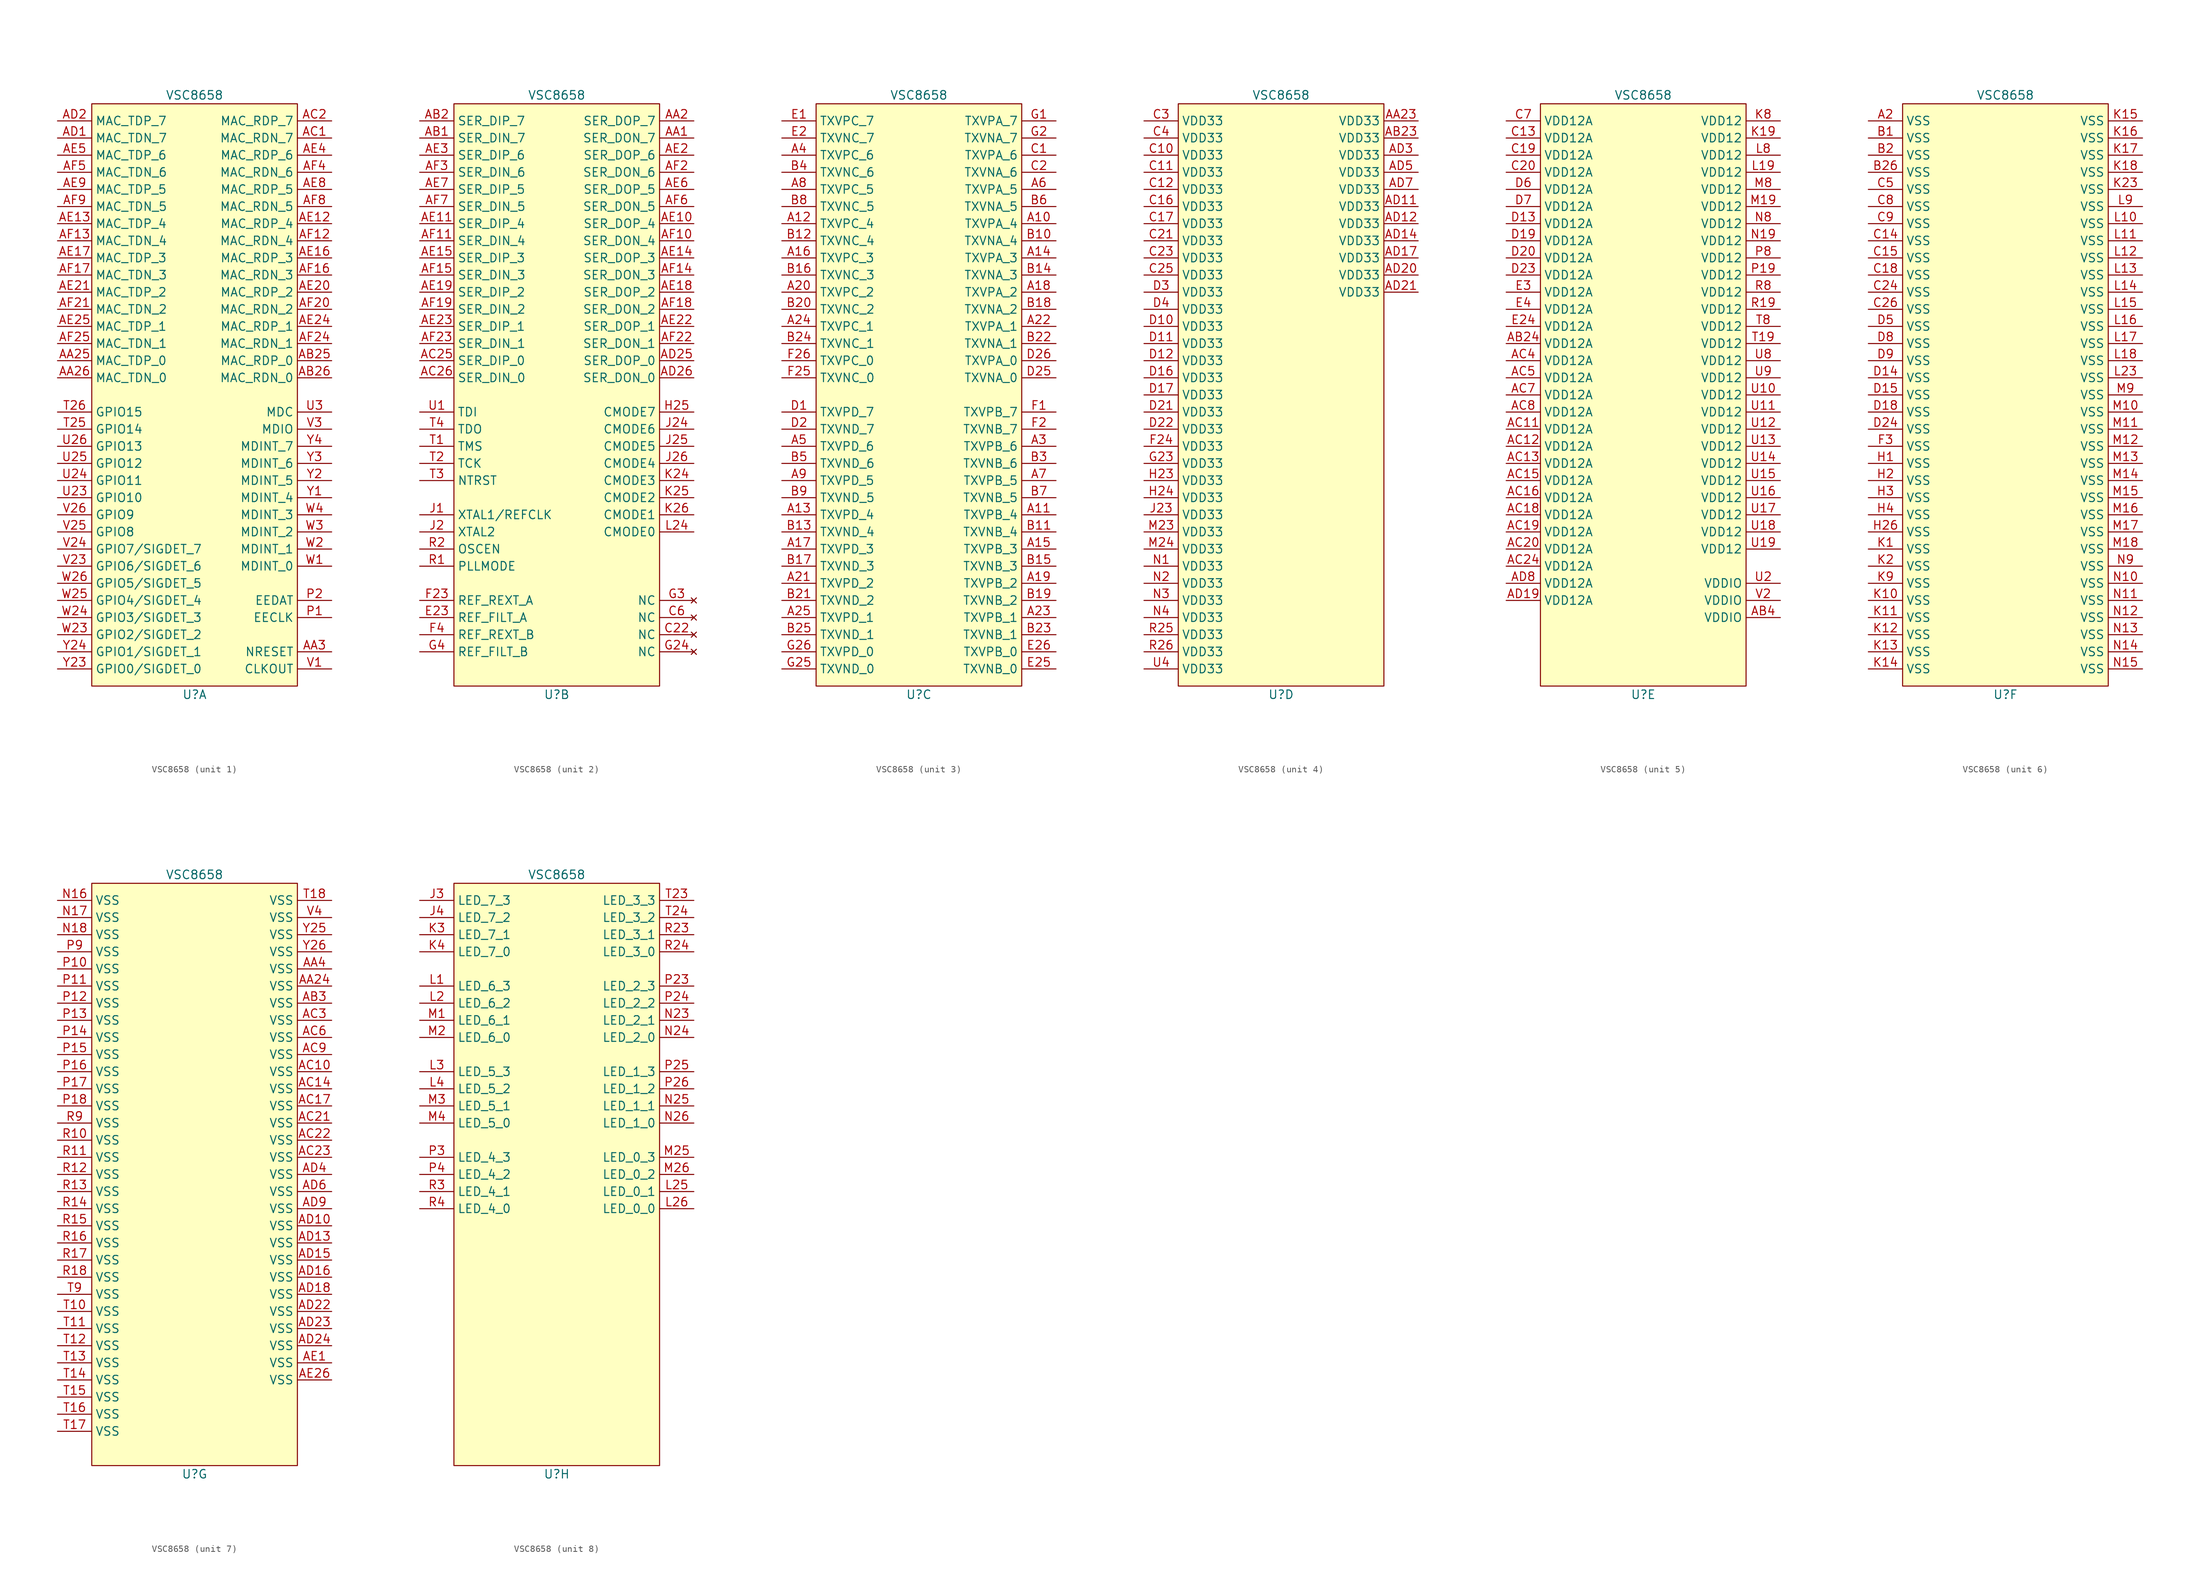
<source format=kicad_sym>
(kicad_symbol_lib
  (version 20200126)
  (host kicad_symbol_editor "5.99.0-unknown-1973153~101~ubuntu20.04.1")
  (symbol "L1Switch:VSC8658"
    (property "Reference" "U"
      (at 15.24 0 0)
      (effects (font (size 1.27 1.27))))
    (property "Value" "VSC8658"
      (at 15.24 88.9 0)
      (effects (font (size 1.27 1.27))))
    (property "ki_locked" ""
      (at 0 0 0)
      (effects (font (size 1.27 1.27))))
    (symbol "VSC8658_0_1"
      (rectangle (start 0 87.63) (end 30.48 1.27) (stroke (width 0)) (fill (type background))))
    (symbol "VSC8658_1_1"
      (pin input line (at -5.08 49.53 0) (length 5.08) (name "MAC_TDP_0" (effects (font (size 1.27 1.27)))) (number "AA25" (effects (font (size 1.27 1.27)))))
      (pin input line (at -5.08 46.99 0) (length 5.08) (name "MAC_TDN_0" (effects (font (size 1.27 1.27)))) (number "AA26" (effects (font (size 1.27 1.27)))))
      (pin input line (at 35.56 6.35 180) (length 5.08) (name "NRESET" (effects (font (size 1.27 1.27)))) (number "AA3" (effects (font (size 1.27 1.27)))))
      (pin output line (at 35.56 49.53 180) (length 5.08) (name "MAC_RDP_0" (effects (font (size 1.27 1.27)))) (number "AB25" (effects (font (size 1.27 1.27)))))
      (pin output line (at 35.56 46.99 180) (length 5.08) (name "MAC_RDN_0" (effects (font (size 1.27 1.27)))) (number "AB26" (effects (font (size 1.27 1.27)))))
      (pin output line (at 35.56 82.55 180) (length 5.08) (name "MAC_RDN_7" (effects (font (size 1.27 1.27)))) (number "AC1" (effects (font (size 1.27 1.27)))))
      (pin output line (at 35.56 85.09 180) (length 5.08) (name "MAC_RDP_7" (effects (font (size 1.27 1.27)))) (number "AC2" (effects (font (size 1.27 1.27)))))
      (pin input line (at -5.08 82.55 0) (length 5.08) (name "MAC_TDN_7" (effects (font (size 1.27 1.27)))) (number "AD1" (effects (font (size 1.27 1.27)))))
      (pin input line (at -5.08 85.09 0) (length 5.08) (name "MAC_TDP_7" (effects (font (size 1.27 1.27)))) (number "AD2" (effects (font (size 1.27 1.27)))))
      (pin output line (at 35.56 69.85 180) (length 5.08) (name "MAC_RDP_4" (effects (font (size 1.27 1.27)))) (number "AE12" (effects (font (size 1.27 1.27)))))
      (pin input line (at -5.08 69.85 0) (length 5.08) (name "MAC_TDP_4" (effects (font (size 1.27 1.27)))) (number "AE13" (effects (font (size 1.27 1.27)))))
      (pin output line (at 35.56 64.77 180) (length 5.08) (name "MAC_RDP_3" (effects (font (size 1.27 1.27)))) (number "AE16" (effects (font (size 1.27 1.27)))))
      (pin input line (at -5.08 64.77 0) (length 5.08) (name "MAC_TDP_3" (effects (font (size 1.27 1.27)))) (number "AE17" (effects (font (size 1.27 1.27)))))
      (pin output line (at 35.56 59.69 180) (length 5.08) (name "MAC_RDP_2" (effects (font (size 1.27 1.27)))) (number "AE20" (effects (font (size 1.27 1.27)))))
      (pin input line (at -5.08 59.69 0) (length 5.08) (name "MAC_TDP_2" (effects (font (size 1.27 1.27)))) (number "AE21" (effects (font (size 1.27 1.27)))))
      (pin output line (at 35.56 54.61 180) (length 5.08) (name "MAC_RDP_1" (effects (font (size 1.27 1.27)))) (number "AE24" (effects (font (size 1.27 1.27)))))
      (pin input line (at -5.08 54.61 0) (length 5.08) (name "MAC_TDP_1" (effects (font (size 1.27 1.27)))) (number "AE25" (effects (font (size 1.27 1.27)))))
      (pin output line (at 35.56 80.01 180) (length 5.08) (name "MAC_RDP_6" (effects (font (size 1.27 1.27)))) (number "AE4" (effects (font (size 1.27 1.27)))))
      (pin input line (at -5.08 80.01 0) (length 5.08) (name "MAC_TDP_6" (effects (font (size 1.27 1.27)))) (number "AE5" (effects (font (size 1.27 1.27)))))
      (pin output line (at 35.56 74.93 180) (length 5.08) (name "MAC_RDP_5" (effects (font (size 1.27 1.27)))) (number "AE8" (effects (font (size 1.27 1.27)))))
      (pin input line (at -5.08 74.93 0) (length 5.08) (name "MAC_TDP_5" (effects (font (size 1.27 1.27)))) (number "AE9" (effects (font (size 1.27 1.27)))))
      (pin output line (at 35.56 67.31 180) (length 5.08) (name "MAC_RDN_4" (effects (font (size 1.27 1.27)))) (number "AF12" (effects (font (size 1.27 1.27)))))
      (pin input line (at -5.08 67.31 0) (length 5.08) (name "MAC_TDN_4" (effects (font (size 1.27 1.27)))) (number "AF13" (effects (font (size 1.27 1.27)))))
      (pin output line (at 35.56 62.23 180) (length 5.08) (name "MAC_RDN_3" (effects (font (size 1.27 1.27)))) (number "AF16" (effects (font (size 1.27 1.27)))))
      (pin input line (at -5.08 62.23 0) (length 5.08) (name "MAC_TDN_3" (effects (font (size 1.27 1.27)))) (number "AF17" (effects (font (size 1.27 1.27)))))
      (pin output line (at 35.56 57.15 180) (length 5.08) (name "MAC_RDN_2" (effects (font (size 1.27 1.27)))) (number "AF20" (effects (font (size 1.27 1.27)))))
      (pin input line (at -5.08 57.15 0) (length 5.08) (name "MAC_TDN_2" (effects (font (size 1.27 1.27)))) (number "AF21" (effects (font (size 1.27 1.27)))))
      (pin output line (at 35.56 52.07 180) (length 5.08) (name "MAC_RDN_1" (effects (font (size 1.27 1.27)))) (number "AF24" (effects (font (size 1.27 1.27)))))
      (pin input line (at -5.08 52.07 0) (length 5.08) (name "MAC_TDN_1" (effects (font (size 1.27 1.27)))) (number "AF25" (effects (font (size 1.27 1.27)))))
      (pin output line (at 35.56 77.47 180) (length 5.08) (name "MAC_RDN_6" (effects (font (size 1.27 1.27)))) (number "AF4" (effects (font (size 1.27 1.27)))))
      (pin input line (at -5.08 77.47 0) (length 5.08) (name "MAC_TDN_6" (effects (font (size 1.27 1.27)))) (number "AF5" (effects (font (size 1.27 1.27)))))
      (pin output line (at 35.56 72.39 180) (length 5.08) (name "MAC_RDN_5" (effects (font (size 1.27 1.27)))) (number "AF8" (effects (font (size 1.27 1.27)))))
      (pin input line (at -5.08 72.39 0) (length 5.08) (name "MAC_TDN_5" (effects (font (size 1.27 1.27)))) (number "AF9" (effects (font (size 1.27 1.27)))))
      (pin output line (at 35.56 11.43 180) (length 5.08) (name "EECLK" (effects (font (size 1.27 1.27)))) (number "P1" (effects (font (size 1.27 1.27)))))
      (pin bidirectional line (at 35.56 13.97 180) (length 5.08) (name "EEDAT" (effects (font (size 1.27 1.27)))) (number "P2" (effects (font (size 1.27 1.27)))))
      (pin bidirectional line (at -5.08 39.37 0) (length 5.08) (name "GPIO14" (effects (font (size 1.27 1.27)))) (number "T25" (effects (font (size 1.27 1.27)))))
      (pin bidirectional line (at -5.08 41.91 0) (length 5.08) (name "GPIO15" (effects (font (size 1.27 1.27)))) (number "T26" (effects (font (size 1.27 1.27)))))
      (pin bidirectional line (at -5.08 29.21 0) (length 5.08) (name "GPIO10" (effects (font (size 1.27 1.27)))) (number "U23" (effects (font (size 1.27 1.27)))))
      (pin bidirectional line (at -5.08 31.75 0) (length 5.08) (name "GPIO11" (effects (font (size 1.27 1.27)))) (number "U24" (effects (font (size 1.27 1.27)))))
      (pin bidirectional line (at -5.08 34.29 0) (length 5.08) (name "GPIO12" (effects (font (size 1.27 1.27)))) (number "U25" (effects (font (size 1.27 1.27)))))
      (pin bidirectional line (at -5.08 36.83 0) (length 5.08) (name "GPIO13" (effects (font (size 1.27 1.27)))) (number "U26" (effects (font (size 1.27 1.27)))))
      (pin input line (at 35.56 41.91 180) (length 5.08) (name "MDC" (effects (font (size 1.27 1.27)))) (number "U3" (effects (font (size 1.27 1.27)))))
      (pin output line (at 35.56 3.81 180) (length 5.08) (name "CLKOUT" (effects (font (size 1.27 1.27)))) (number "V1" (effects (font (size 1.27 1.27)))))
      (pin bidirectional line (at -5.08 19.05 0) (length 5.08) (name "GPIO6/SIGDET_6" (effects (font (size 1.27 1.27)))) (number "V23" (effects (font (size 1.27 1.27)))))
      (pin bidirectional line (at -5.08 21.59 0) (length 5.08) (name "GPIO7/SIGDET_7" (effects (font (size 1.27 1.27)))) (number "V24" (effects (font (size 1.27 1.27)))))
      (pin bidirectional line (at -5.08 24.13 0) (length 5.08) (name "GPIO8" (effects (font (size 1.27 1.27)))) (number "V25" (effects (font (size 1.27 1.27)))))
      (pin bidirectional line (at -5.08 26.67 0) (length 5.08) (name "GPIO9" (effects (font (size 1.27 1.27)))) (number "V26" (effects (font (size 1.27 1.27)))))
      (pin bidirectional line (at 35.56 39.37 180) (length 5.08) (name "MDIO" (effects (font (size 1.27 1.27)))) (number "V3" (effects (font (size 1.27 1.27)))))
      (pin output line (at 35.56 19.05 180) (length 5.08) (name "MDINT_0" (effects (font (size 1.27 1.27)))) (number "W1" (effects (font (size 1.27 1.27)))))
      (pin output line (at 35.56 21.59 180) (length 5.08) (name "MDINT_1" (effects (font (size 1.27 1.27)))) (number "W2" (effects (font (size 1.27 1.27)))))
      (pin bidirectional line (at -5.08 8.89 0) (length 5.08) (name "GPIO2/SIGDET_2" (effects (font (size 1.27 1.27)))) (number "W23" (effects (font (size 1.27 1.27)))))
      (pin bidirectional line (at -5.08 11.43 0) (length 5.08) (name "GPIO3/SIGDET_3" (effects (font (size 1.27 1.27)))) (number "W24" (effects (font (size 1.27 1.27)))))
      (pin bidirectional line (at -5.08 13.97 0) (length 5.08) (name "GPIO4/SIGDET_4" (effects (font (size 1.27 1.27)))) (number "W25" (effects (font (size 1.27 1.27)))))
      (pin bidirectional line (at -5.08 16.51 0) (length 5.08) (name "GPIO5/SIGDET_5" (effects (font (size 1.27 1.27)))) (number "W26" (effects (font (size 1.27 1.27)))))
      (pin output line (at 35.56 24.13 180) (length 5.08) (name "MDINT_2" (effects (font (size 1.27 1.27)))) (number "W3" (effects (font (size 1.27 1.27)))))
      (pin output line (at 35.56 26.67 180) (length 5.08) (name "MDINT_3" (effects (font (size 1.27 1.27)))) (number "W4" (effects (font (size 1.27 1.27)))))
      (pin output line (at 35.56 29.21 180) (length 5.08) (name "MDINT_4" (effects (font (size 1.27 1.27)))) (number "Y1" (effects (font (size 1.27 1.27)))))
      (pin output line (at 35.56 31.75 180) (length 5.08) (name "MDINT_5" (effects (font (size 1.27 1.27)))) (number "Y2" (effects (font (size 1.27 1.27)))))
      (pin bidirectional line (at -5.08 3.81 0) (length 5.08) (name "GPIO0/SIGDET_0" (effects (font (size 1.27 1.27)))) (number "Y23" (effects (font (size 1.27 1.27)))))
      (pin bidirectional line (at -5.08 6.35 0) (length 5.08) (name "GPIO1/SIGDET_1" (effects (font (size 1.27 1.27)))) (number "Y24" (effects (font (size 1.27 1.27)))))
      (pin output line (at 35.56 34.29 180) (length 5.08) (name "MDINT_6" (effects (font (size 1.27 1.27)))) (number "Y3" (effects (font (size 1.27 1.27)))))
      (pin output line (at 35.56 36.83 180) (length 5.08) (name "MDINT_7" (effects (font (size 1.27 1.27)))) (number "Y4" (effects (font (size 1.27 1.27))))))
    (symbol "VSC8658_2_1"
      (pin output line (at 35.56 82.55 180) (length 5.08) (name "SER_DON_7" (effects (font (size 1.27 1.27)))) (number "AA1" (effects (font (size 1.27 1.27)))))
      (pin output line (at 35.56 85.09 180) (length 5.08) (name "SER_DOP_7" (effects (font (size 1.27 1.27)))) (number "AA2" (effects (font (size 1.27 1.27)))))
      (pin input line (at -5.08 82.55 0) (length 5.08) (name "SER_DIN_7" (effects (font (size 1.27 1.27)))) (number "AB1" (effects (font (size 1.27 1.27)))))
      (pin input line (at -5.08 85.09 0) (length 5.08) (name "SER_DIP_7" (effects (font (size 1.27 1.27)))) (number "AB2" (effects (font (size 1.27 1.27)))))
      (pin input line (at -5.08 49.53 0) (length 5.08) (name "SER_DIP_0" (effects (font (size 1.27 1.27)))) (number "AC25" (effects (font (size 1.27 1.27)))))
      (pin input line (at -5.08 46.99 0) (length 5.08) (name "SER_DIN_0" (effects (font (size 1.27 1.27)))) (number "AC26" (effects (font (size 1.27 1.27)))))
      (pin output line (at 35.56 49.53 180) (length 5.08) (name "SER_DOP_0" (effects (font (size 1.27 1.27)))) (number "AD25" (effects (font (size 1.27 1.27)))))
      (pin output line (at 35.56 46.99 180) (length 5.08) (name "SER_DON_0" (effects (font (size 1.27 1.27)))) (number "AD26" (effects (font (size 1.27 1.27)))))
      (pin output line (at 35.56 69.85 180) (length 5.08) (name "SER_DOP_4" (effects (font (size 1.27 1.27)))) (number "AE10" (effects (font (size 1.27 1.27)))))
      (pin input line (at -5.08 69.85 0) (length 5.08) (name "SER_DIP_4" (effects (font (size 1.27 1.27)))) (number "AE11" (effects (font (size 1.27 1.27)))))
      (pin output line (at 35.56 64.77 180) (length 5.08) (name "SER_DOP_3" (effects (font (size 1.27 1.27)))) (number "AE14" (effects (font (size 1.27 1.27)))))
      (pin input line (at -5.08 64.77 0) (length 5.08) (name "SER_DIP_3" (effects (font (size 1.27 1.27)))) (number "AE15" (effects (font (size 1.27 1.27)))))
      (pin output line (at 35.56 59.69 180) (length 5.08) (name "SER_DOP_2" (effects (font (size 1.27 1.27)))) (number "AE18" (effects (font (size 1.27 1.27)))))
      (pin input line (at -5.08 59.69 0) (length 5.08) (name "SER_DIP_2" (effects (font (size 1.27 1.27)))) (number "AE19" (effects (font (size 1.27 1.27)))))
      (pin output line (at 35.56 80.01 180) (length 5.08) (name "SER_DOP_6" (effects (font (size 1.27 1.27)))) (number "AE2" (effects (font (size 1.27 1.27)))))
      (pin output line (at 35.56 54.61 180) (length 5.08) (name "SER_DOP_1" (effects (font (size 1.27 1.27)))) (number "AE22" (effects (font (size 1.27 1.27)))))
      (pin input line (at -5.08 54.61 0) (length 5.08) (name "SER_DIP_1" (effects (font (size 1.27 1.27)))) (number "AE23" (effects (font (size 1.27 1.27)))))
      (pin input line (at -5.08 80.01 0) (length 5.08) (name "SER_DIP_6" (effects (font (size 1.27 1.27)))) (number "AE3" (effects (font (size 1.27 1.27)))))
      (pin output line (at 35.56 74.93 180) (length 5.08) (name "SER_DOP_5" (effects (font (size 1.27 1.27)))) (number "AE6" (effects (font (size 1.27 1.27)))))
      (pin input line (at -5.08 74.93 0) (length 5.08) (name "SER_DIP_5" (effects (font (size 1.27 1.27)))) (number "AE7" (effects (font (size 1.27 1.27)))))
      (pin output line (at 35.56 67.31 180) (length 5.08) (name "SER_DON_4" (effects (font (size 1.27 1.27)))) (number "AF10" (effects (font (size 1.27 1.27)))))
      (pin input line (at -5.08 67.31 0) (length 5.08) (name "SER_DIN_4" (effects (font (size 1.27 1.27)))) (number "AF11" (effects (font (size 1.27 1.27)))))
      (pin output line (at 35.56 62.23 180) (length 5.08) (name "SER_DON_3" (effects (font (size 1.27 1.27)))) (number "AF14" (effects (font (size 1.27 1.27)))))
      (pin input line (at -5.08 62.23 0) (length 5.08) (name "SER_DIN_3" (effects (font (size 1.27 1.27)))) (number "AF15" (effects (font (size 1.27 1.27)))))
      (pin output line (at 35.56 57.15 180) (length 5.08) (name "SER_DON_2" (effects (font (size 1.27 1.27)))) (number "AF18" (effects (font (size 1.27 1.27)))))
      (pin input line (at -5.08 57.15 0) (length 5.08) (name "SER_DIN_2" (effects (font (size 1.27 1.27)))) (number "AF19" (effects (font (size 1.27 1.27)))))
      (pin output line (at 35.56 77.47 180) (length 5.08) (name "SER_DON_6" (effects (font (size 1.27 1.27)))) (number "AF2" (effects (font (size 1.27 1.27)))))
      (pin output line (at 35.56 52.07 180) (length 5.08) (name "SER_DON_1" (effects (font (size 1.27 1.27)))) (number "AF22" (effects (font (size 1.27 1.27)))))
      (pin input line (at -5.08 52.07 0) (length 5.08) (name "SER_DIN_1" (effects (font (size 1.27 1.27)))) (number "AF23" (effects (font (size 1.27 1.27)))))
      (pin input line (at -5.08 77.47 0) (length 5.08) (name "SER_DIN_6" (effects (font (size 1.27 1.27)))) (number "AF3" (effects (font (size 1.27 1.27)))))
      (pin output line (at 35.56 72.39 180) (length 5.08) (name "SER_DON_5" (effects (font (size 1.27 1.27)))) (number "AF6" (effects (font (size 1.27 1.27)))))
      (pin input line (at -5.08 72.39 0) (length 5.08) (name "SER_DIN_5" (effects (font (size 1.27 1.27)))) (number "AF7" (effects (font (size 1.27 1.27)))))
      (pin unconnected line (at 35.56 8.89 180) (length 5.08) (name "NC" (effects (font (size 1.27 1.27)))) (number "C22" (effects (font (size 1.27 1.27)))))
      (pin unconnected line (at 35.56 11.43 180) (length 5.08) (name "NC" (effects (font (size 1.27 1.27)))) (number "C6" (effects (font (size 1.27 1.27)))))
      (pin unspecified line (at -5.08 11.43 0) (length 5.08) (name "REF_FILT_A" (effects (font (size 1.27 1.27)))) (number "E23" (effects (font (size 1.27 1.27)))))
      (pin unspecified line (at -5.08 13.97 0) (length 5.08) (name "REF_REXT_A" (effects (font (size 1.27 1.27)))) (number "F23" (effects (font (size 1.27 1.27)))))
      (pin unspecified line (at -5.08 8.89 0) (length 5.08) (name "REF_REXT_B" (effects (font (size 1.27 1.27)))) (number "F4" (effects (font (size 1.27 1.27)))))
      (pin unconnected line (at 35.56 6.35 180) (length 5.08) (name "NC" (effects (font (size 1.27 1.27)))) (number "G24" (effects (font (size 1.27 1.27)))))
      (pin unconnected line (at 35.56 13.97 180) (length 5.08) (name "NC" (effects (font (size 1.27 1.27)))) (number "G3" (effects (font (size 1.27 1.27)))))
      (pin unspecified line (at -5.08 6.35 0) (length 5.08) (name "REF_FILT_B" (effects (font (size 1.27 1.27)))) (number "G4" (effects (font (size 1.27 1.27)))))
      (pin input line (at 35.56 41.91 180) (length 5.08) (name "CMODE7" (effects (font (size 1.27 1.27)))) (number "H25" (effects (font (size 1.27 1.27)))))
      (pin input line (at -5.08 26.67 0) (length 5.08) (name "XTAL1/REFCLK" (effects (font (size 1.27 1.27)))) (number "J1" (effects (font (size 1.27 1.27)))))
      (pin output line (at -5.08 24.13 0) (length 5.08) (name "XTAL2" (effects (font (size 1.27 1.27)))) (number "J2" (effects (font (size 1.27 1.27)))))
      (pin input line (at 35.56 39.37 180) (length 5.08) (name "CMODE6" (effects (font (size 1.27 1.27)))) (number "J24" (effects (font (size 1.27 1.27)))))
      (pin input line (at 35.56 36.83 180) (length 5.08) (name "CMODE5" (effects (font (size 1.27 1.27)))) (number "J25" (effects (font (size 1.27 1.27)))))
      (pin input line (at 35.56 34.29 180) (length 5.08) (name "CMODE4" (effects (font (size 1.27 1.27)))) (number "J26" (effects (font (size 1.27 1.27)))))
      (pin input line (at 35.56 31.75 180) (length 5.08) (name "CMODE3" (effects (font (size 1.27 1.27)))) (number "K24" (effects (font (size 1.27 1.27)))))
      (pin input line (at 35.56 29.21 180) (length 5.08) (name "CMODE2" (effects (font (size 1.27 1.27)))) (number "K25" (effects (font (size 1.27 1.27)))))
      (pin input line (at 35.56 26.67 180) (length 5.08) (name "CMODE1" (effects (font (size 1.27 1.27)))) (number "K26" (effects (font (size 1.27 1.27)))))
      (pin input line (at 35.56 24.13 180) (length 5.08) (name "CMODE0" (effects (font (size 1.27 1.27)))) (number "L24" (effects (font (size 1.27 1.27)))))
      (pin input line (at -5.08 19.05 0) (length 5.08) (name "PLLMODE" (effects (font (size 1.27 1.27)))) (number "R1" (effects (font (size 1.27 1.27)))))
      (pin input line (at -5.08 21.59 0) (length 5.08) (name "OSCEN" (effects (font (size 1.27 1.27)))) (number "R2" (effects (font (size 1.27 1.27)))))
      (pin input line (at -5.08 36.83 0) (length 5.08) (name "TMS" (effects (font (size 1.27 1.27)))) (number "T1" (effects (font (size 1.27 1.27)))))
      (pin input line (at -5.08 34.29 0) (length 5.08) (name "TCK" (effects (font (size 1.27 1.27)))) (number "T2" (effects (font (size 1.27 1.27)))))
      (pin input line (at -5.08 31.75 0) (length 5.08) (name "NTRST" (effects (font (size 1.27 1.27)))) (number "T3" (effects (font (size 1.27 1.27)))))
      (pin output line (at -5.08 39.37 0) (length 5.08) (name "TDO" (effects (font (size 1.27 1.27)))) (number "T4" (effects (font (size 1.27 1.27)))))
      (pin input line (at -5.08 41.91 0) (length 5.08) (name "TDI" (effects (font (size 1.27 1.27)))) (number "U1" (effects (font (size 1.27 1.27))))))
    (symbol "VSC8658_3_1"
      (pin bidirectional line (at 35.56 69.85 180) (length 5.08) (name "TXVPA_4" (effects (font (size 1.27 1.27)))) (number "A10" (effects (font (size 1.27 1.27)))))
      (pin bidirectional line (at 35.56 26.67 180) (length 5.08) (name "TXVPB_4" (effects (font (size 1.27 1.27)))) (number "A11" (effects (font (size 1.27 1.27)))))
      (pin bidirectional line (at -5.08 69.85 0) (length 5.08) (name "TXVPC_4" (effects (font (size 1.27 1.27)))) (number "A12" (effects (font (size 1.27 1.27)))))
      (pin bidirectional line (at -5.08 26.67 0) (length 5.08) (name "TXVPD_4" (effects (font (size 1.27 1.27)))) (number "A13" (effects (font (size 1.27 1.27)))))
      (pin bidirectional line (at 35.56 64.77 180) (length 5.08) (name "TXVPA_3" (effects (font (size 1.27 1.27)))) (number "A14" (effects (font (size 1.27 1.27)))))
      (pin bidirectional line (at 35.56 21.59 180) (length 5.08) (name "TXVPB_3" (effects (font (size 1.27 1.27)))) (number "A15" (effects (font (size 1.27 1.27)))))
      (pin bidirectional line (at -5.08 64.77 0) (length 5.08) (name "TXVPC_3" (effects (font (size 1.27 1.27)))) (number "A16" (effects (font (size 1.27 1.27)))))
      (pin bidirectional line (at -5.08 21.59 0) (length 5.08) (name "TXVPD_3" (effects (font (size 1.27 1.27)))) (number "A17" (effects (font (size 1.27 1.27)))))
      (pin bidirectional line (at 35.56 59.69 180) (length 5.08) (name "TXVPA_2" (effects (font (size 1.27 1.27)))) (number "A18" (effects (font (size 1.27 1.27)))))
      (pin bidirectional line (at 35.56 16.51 180) (length 5.08) (name "TXVPB_2" (effects (font (size 1.27 1.27)))) (number "A19" (effects (font (size 1.27 1.27)))))
      (pin bidirectional line (at -5.08 59.69 0) (length 5.08) (name "TXVPC_2" (effects (font (size 1.27 1.27)))) (number "A20" (effects (font (size 1.27 1.27)))))
      (pin bidirectional line (at -5.08 16.51 0) (length 5.08) (name "TXVPD_2" (effects (font (size 1.27 1.27)))) (number "A21" (effects (font (size 1.27 1.27)))))
      (pin bidirectional line (at 35.56 54.61 180) (length 5.08) (name "TXVPA_1" (effects (font (size 1.27 1.27)))) (number "A22" (effects (font (size 1.27 1.27)))))
      (pin bidirectional line (at 35.56 11.43 180) (length 5.08) (name "TXVPB_1" (effects (font (size 1.27 1.27)))) (number "A23" (effects (font (size 1.27 1.27)))))
      (pin bidirectional line (at -5.08 54.61 0) (length 5.08) (name "TXVPC_1" (effects (font (size 1.27 1.27)))) (number "A24" (effects (font (size 1.27 1.27)))))
      (pin bidirectional line (at -5.08 11.43 0) (length 5.08) (name "TXVPD_1" (effects (font (size 1.27 1.27)))) (number "A25" (effects (font (size 1.27 1.27)))))
      (pin bidirectional line (at 35.56 36.83 180) (length 5.08) (name "TXVPB_6" (effects (font (size 1.27 1.27)))) (number "A3" (effects (font (size 1.27 1.27)))))
      (pin bidirectional line (at -5.08 80.01 0) (length 5.08) (name "TXVPC_6" (effects (font (size 1.27 1.27)))) (number "A4" (effects (font (size 1.27 1.27)))))
      (pin bidirectional line (at -5.08 36.83 0) (length 5.08) (name "TXVPD_6" (effects (font (size 1.27 1.27)))) (number "A5" (effects (font (size 1.27 1.27)))))
      (pin bidirectional line (at 35.56 74.93 180) (length 5.08) (name "TXVPA_5" (effects (font (size 1.27 1.27)))) (number "A6" (effects (font (size 1.27 1.27)))))
      (pin bidirectional line (at 35.56 31.75 180) (length 5.08) (name "TXVPB_5" (effects (font (size 1.27 1.27)))) (number "A7" (effects (font (size 1.27 1.27)))))
      (pin bidirectional line (at -5.08 74.93 0) (length 5.08) (name "TXVPC_5" (effects (font (size 1.27 1.27)))) (number "A8" (effects (font (size 1.27 1.27)))))
      (pin bidirectional line (at -5.08 31.75 0) (length 5.08) (name "TXVPD_5" (effects (font (size 1.27 1.27)))) (number "A9" (effects (font (size 1.27 1.27)))))
      (pin bidirectional line (at 35.56 67.31 180) (length 5.08) (name "TXVNA_4" (effects (font (size 1.27 1.27)))) (number "B10" (effects (font (size 1.27 1.27)))))
      (pin bidirectional line (at 35.56 24.13 180) (length 5.08) (name "TXVNB_4" (effects (font (size 1.27 1.27)))) (number "B11" (effects (font (size 1.27 1.27)))))
      (pin bidirectional line (at -5.08 67.31 0) (length 5.08) (name "TXVNC_4" (effects (font (size 1.27 1.27)))) (number "B12" (effects (font (size 1.27 1.27)))))
      (pin bidirectional line (at -5.08 24.13 0) (length 5.08) (name "TXVND_4" (effects (font (size 1.27 1.27)))) (number "B13" (effects (font (size 1.27 1.27)))))
      (pin bidirectional line (at 35.56 62.23 180) (length 5.08) (name "TXVNA_3" (effects (font (size 1.27 1.27)))) (number "B14" (effects (font (size 1.27 1.27)))))
      (pin bidirectional line (at 35.56 19.05 180) (length 5.08) (name "TXVNB_3" (effects (font (size 1.27 1.27)))) (number "B15" (effects (font (size 1.27 1.27)))))
      (pin bidirectional line (at -5.08 62.23 0) (length 5.08) (name "TXVNC_3" (effects (font (size 1.27 1.27)))) (number "B16" (effects (font (size 1.27 1.27)))))
      (pin bidirectional line (at -5.08 19.05 0) (length 5.08) (name "TXVND_3" (effects (font (size 1.27 1.27)))) (number "B17" (effects (font (size 1.27 1.27)))))
      (pin bidirectional line (at 35.56 57.15 180) (length 5.08) (name "TXVNA_2" (effects (font (size 1.27 1.27)))) (number "B18" (effects (font (size 1.27 1.27)))))
      (pin bidirectional line (at 35.56 13.97 180) (length 5.08) (name "TXVNB_2" (effects (font (size 1.27 1.27)))) (number "B19" (effects (font (size 1.27 1.27)))))
      (pin bidirectional line (at -5.08 57.15 0) (length 5.08) (name "TXVNC_2" (effects (font (size 1.27 1.27)))) (number "B20" (effects (font (size 1.27 1.27)))))
      (pin bidirectional line (at -5.08 13.97 0) (length 5.08) (name "TXVND_2" (effects (font (size 1.27 1.27)))) (number "B21" (effects (font (size 1.27 1.27)))))
      (pin bidirectional line (at 35.56 52.07 180) (length 5.08) (name "TXVNA_1" (effects (font (size 1.27 1.27)))) (number "B22" (effects (font (size 1.27 1.27)))))
      (pin bidirectional line (at 35.56 8.89 180) (length 5.08) (name "TXVNB_1" (effects (font (size 1.27 1.27)))) (number "B23" (effects (font (size 1.27 1.27)))))
      (pin bidirectional line (at -5.08 52.07 0) (length 5.08) (name "TXVNC_1" (effects (font (size 1.27 1.27)))) (number "B24" (effects (font (size 1.27 1.27)))))
      (pin bidirectional line (at -5.08 8.89 0) (length 5.08) (name "TXVND_1" (effects (font (size 1.27 1.27)))) (number "B25" (effects (font (size 1.27 1.27)))))
      (pin bidirectional line (at 35.56 34.29 180) (length 5.08) (name "TXVNB_6" (effects (font (size 1.27 1.27)))) (number "B3" (effects (font (size 1.27 1.27)))))
      (pin bidirectional line (at -5.08 77.47 0) (length 5.08) (name "TXVNC_6" (effects (font (size 1.27 1.27)))) (number "B4" (effects (font (size 1.27 1.27)))))
      (pin bidirectional line (at -5.08 34.29 0) (length 5.08) (name "TXVND_6" (effects (font (size 1.27 1.27)))) (number "B5" (effects (font (size 1.27 1.27)))))
      (pin bidirectional line (at 35.56 72.39 180) (length 5.08) (name "TXVNA_5" (effects (font (size 1.27 1.27)))) (number "B6" (effects (font (size 1.27 1.27)))))
      (pin bidirectional line (at 35.56 29.21 180) (length 5.08) (name "TXVNB_5" (effects (font (size 1.27 1.27)))) (number "B7" (effects (font (size 1.27 1.27)))))
      (pin bidirectional line (at -5.08 72.39 0) (length 5.08) (name "TXVNC_5" (effects (font (size 1.27 1.27)))) (number "B8" (effects (font (size 1.27 1.27)))))
      (pin bidirectional line (at -5.08 29.21 0) (length 5.08) (name "TXVND_5" (effects (font (size 1.27 1.27)))) (number "B9" (effects (font (size 1.27 1.27)))))
      (pin bidirectional line (at 35.56 80.01 180) (length 5.08) (name "TXVPA_6" (effects (font (size 1.27 1.27)))) (number "C1" (effects (font (size 1.27 1.27)))))
      (pin bidirectional line (at 35.56 77.47 180) (length 5.08) (name "TXVNA_6" (effects (font (size 1.27 1.27)))) (number "C2" (effects (font (size 1.27 1.27)))))
      (pin bidirectional line (at -5.08 41.91 0) (length 5.08) (name "TXVPD_7" (effects (font (size 1.27 1.27)))) (number "D1" (effects (font (size 1.27 1.27)))))
      (pin bidirectional line (at -5.08 39.37 0) (length 5.08) (name "TXVND_7" (effects (font (size 1.27 1.27)))) (number "D2" (effects (font (size 1.27 1.27)))))
      (pin bidirectional line (at 35.56 46.99 180) (length 5.08) (name "TXVNA_0" (effects (font (size 1.27 1.27)))) (number "D25" (effects (font (size 1.27 1.27)))))
      (pin bidirectional line (at 35.56 49.53 180) (length 5.08) (name "TXVPA_0" (effects (font (size 1.27 1.27)))) (number "D26" (effects (font (size 1.27 1.27)))))
      (pin bidirectional line (at -5.08 85.09 0) (length 5.08) (name "TXVPC_7" (effects (font (size 1.27 1.27)))) (number "E1" (effects (font (size 1.27 1.27)))))
      (pin bidirectional line (at -5.08 82.55 0) (length 5.08) (name "TXVNC_7" (effects (font (size 1.27 1.27)))) (number "E2" (effects (font (size 1.27 1.27)))))
      (pin bidirectional line (at 35.56 3.81 180) (length 5.08) (name "TXVNB_0" (effects (font (size 1.27 1.27)))) (number "E25" (effects (font (size 1.27 1.27)))))
      (pin bidirectional line (at 35.56 6.35 180) (length 5.08) (name "TXVPB_0" (effects (font (size 1.27 1.27)))) (number "E26" (effects (font (size 1.27 1.27)))))
      (pin bidirectional line (at 35.56 41.91 180) (length 5.08) (name "TXVPB_7" (effects (font (size 1.27 1.27)))) (number "F1" (effects (font (size 1.27 1.27)))))
      (pin bidirectional line (at 35.56 39.37 180) (length 5.08) (name "TXVNB_7" (effects (font (size 1.27 1.27)))) (number "F2" (effects (font (size 1.27 1.27)))))
      (pin bidirectional line (at -5.08 46.99 0) (length 5.08) (name "TXVNC_0" (effects (font (size 1.27 1.27)))) (number "F25" (effects (font (size 1.27 1.27)))))
      (pin bidirectional line (at -5.08 49.53 0) (length 5.08) (name "TXVPC_0" (effects (font (size 1.27 1.27)))) (number "F26" (effects (font (size 1.27 1.27)))))
      (pin bidirectional line (at 35.56 85.09 180) (length 5.08) (name "TXVPA_7" (effects (font (size 1.27 1.27)))) (number "G1" (effects (font (size 1.27 1.27)))))
      (pin bidirectional line (at 35.56 82.55 180) (length 5.08) (name "TXVNA_7" (effects (font (size 1.27 1.27)))) (number "G2" (effects (font (size 1.27 1.27)))))
      (pin bidirectional line (at -5.08 3.81 0) (length 5.08) (name "TXVND_0" (effects (font (size 1.27 1.27)))) (number "G25" (effects (font (size 1.27 1.27)))))
      (pin bidirectional line (at -5.08 6.35 0) (length 5.08) (name "TXVPD_0" (effects (font (size 1.27 1.27)))) (number "G26" (effects (font (size 1.27 1.27))))))
    (symbol "VSC8658_4_1"
      (pin power_in line (at 35.56 85.09 180) (length 5.08) (name "VDD33" (effects (font (size 1.27 1.27)))) (number "AA23" (effects (font (size 1.27 1.27)))))
      (pin power_in line (at 35.56 82.55 180) (length 5.08) (name "VDD33" (effects (font (size 1.27 1.27)))) (number "AB23" (effects (font (size 1.27 1.27)))))
      (pin power_in line (at 35.56 72.39 180) (length 5.08) (name "VDD33" (effects (font (size 1.27 1.27)))) (number "AD11" (effects (font (size 1.27 1.27)))))
      (pin power_in line (at 35.56 69.85 180) (length 5.08) (name "VDD33" (effects (font (size 1.27 1.27)))) (number "AD12" (effects (font (size 1.27 1.27)))))
      (pin power_in line (at 35.56 67.31 180) (length 5.08) (name "VDD33" (effects (font (size 1.27 1.27)))) (number "AD14" (effects (font (size 1.27 1.27)))))
      (pin power_in line (at 35.56 64.77 180) (length 5.08) (name "VDD33" (effects (font (size 1.27 1.27)))) (number "AD17" (effects (font (size 1.27 1.27)))))
      (pin power_in line (at 35.56 62.23 180) (length 5.08) (name "VDD33" (effects (font (size 1.27 1.27)))) (number "AD20" (effects (font (size 1.27 1.27)))))
      (pin power_in line (at 35.56 59.69 180) (length 5.08) (name "VDD33" (effects (font (size 1.27 1.27)))) (number "AD21" (effects (font (size 1.27 1.27)))))
      (pin power_in line (at 35.56 80.01 180) (length 5.08) (name "VDD33" (effects (font (size 1.27 1.27)))) (number "AD3" (effects (font (size 1.27 1.27)))))
      (pin power_in line (at 35.56 77.47 180) (length 5.08) (name "VDD33" (effects (font (size 1.27 1.27)))) (number "AD5" (effects (font (size 1.27 1.27)))))
      (pin power_in line (at 35.56 74.93 180) (length 5.08) (name "VDD33" (effects (font (size 1.27 1.27)))) (number "AD7" (effects (font (size 1.27 1.27)))))
      (pin power_in line (at -5.08 80.01 0) (length 5.08) (name "VDD33" (effects (font (size 1.27 1.27)))) (number "C10" (effects (font (size 1.27 1.27)))))
      (pin power_in line (at -5.08 77.47 0) (length 5.08) (name "VDD33" (effects (font (size 1.27 1.27)))) (number "C11" (effects (font (size 1.27 1.27)))))
      (pin power_in line (at -5.08 74.93 0) (length 5.08) (name "VDD33" (effects (font (size 1.27 1.27)))) (number "C12" (effects (font (size 1.27 1.27)))))
      (pin power_in line (at -5.08 72.39 0) (length 5.08) (name "VDD33" (effects (font (size 1.27 1.27)))) (number "C16" (effects (font (size 1.27 1.27)))))
      (pin power_in line (at -5.08 69.85 0) (length 5.08) (name "VDD33" (effects (font (size 1.27 1.27)))) (number "C17" (effects (font (size 1.27 1.27)))))
      (pin power_in line (at -5.08 67.31 0) (length 5.08) (name "VDD33" (effects (font (size 1.27 1.27)))) (number "C21" (effects (font (size 1.27 1.27)))))
      (pin power_in line (at -5.08 64.77 0) (length 5.08) (name "VDD33" (effects (font (size 1.27 1.27)))) (number "C23" (effects (font (size 1.27 1.27)))))
      (pin power_in line (at -5.08 62.23 0) (length 5.08) (name "VDD33" (effects (font (size 1.27 1.27)))) (number "C25" (effects (font (size 1.27 1.27)))))
      (pin power_in line (at -5.08 85.09 0) (length 5.08) (name "VDD33" (effects (font (size 1.27 1.27)))) (number "C3" (effects (font (size 1.27 1.27)))))
      (pin power_in line (at -5.08 82.55 0) (length 5.08) (name "VDD33" (effects (font (size 1.27 1.27)))) (number "C4" (effects (font (size 1.27 1.27)))))
      (pin power_in line (at -5.08 54.61 0) (length 5.08) (name "VDD33" (effects (font (size 1.27 1.27)))) (number "D10" (effects (font (size 1.27 1.27)))))
      (pin power_in line (at -5.08 52.07 0) (length 5.08) (name "VDD33" (effects (font (size 1.27 1.27)))) (number "D11" (effects (font (size 1.27 1.27)))))
      (pin power_in line (at -5.08 49.53 0) (length 5.08) (name "VDD33" (effects (font (size 1.27 1.27)))) (number "D12" (effects (font (size 1.27 1.27)))))
      (pin power_in line (at -5.08 46.99 0) (length 5.08) (name "VDD33" (effects (font (size 1.27 1.27)))) (number "D16" (effects (font (size 1.27 1.27)))))
      (pin power_in line (at -5.08 44.45 0) (length 5.08) (name "VDD33" (effects (font (size 1.27 1.27)))) (number "D17" (effects (font (size 1.27 1.27)))))
      (pin power_in line (at -5.08 41.91 0) (length 5.08) (name "VDD33" (effects (font (size 1.27 1.27)))) (number "D21" (effects (font (size 1.27 1.27)))))
      (pin power_in line (at -5.08 39.37 0) (length 5.08) (name "VDD33" (effects (font (size 1.27 1.27)))) (number "D22" (effects (font (size 1.27 1.27)))))
      (pin power_in line (at -5.08 59.69 0) (length 5.08) (name "VDD33" (effects (font (size 1.27 1.27)))) (number "D3" (effects (font (size 1.27 1.27)))))
      (pin power_in line (at -5.08 57.15 0) (length 5.08) (name "VDD33" (effects (font (size 1.27 1.27)))) (number "D4" (effects (font (size 1.27 1.27)))))
      (pin power_in line (at -5.08 36.83 0) (length 5.08) (name "VDD33" (effects (font (size 1.27 1.27)))) (number "F24" (effects (font (size 1.27 1.27)))))
      (pin power_in line (at -5.08 34.29 0) (length 5.08) (name "VDD33" (effects (font (size 1.27 1.27)))) (number "G23" (effects (font (size 1.27 1.27)))))
      (pin power_in line (at -5.08 31.75 0) (length 5.08) (name "VDD33" (effects (font (size 1.27 1.27)))) (number "H23" (effects (font (size 1.27 1.27)))))
      (pin power_in line (at -5.08 29.21 0) (length 5.08) (name "VDD33" (effects (font (size 1.27 1.27)))) (number "H24" (effects (font (size 1.27 1.27)))))
      (pin power_in line (at -5.08 26.67 0) (length 5.08) (name "VDD33" (effects (font (size 1.27 1.27)))) (number "J23" (effects (font (size 1.27 1.27)))))
      (pin power_in line (at -5.08 24.13 0) (length 5.08) (name "VDD33" (effects (font (size 1.27 1.27)))) (number "M23" (effects (font (size 1.27 1.27)))))
      (pin power_in line (at -5.08 21.59 0) (length 5.08) (name "VDD33" (effects (font (size 1.27 1.27)))) (number "M24" (effects (font (size 1.27 1.27)))))
      (pin power_in line (at -5.08 19.05 0) (length 5.08) (name "VDD33" (effects (font (size 1.27 1.27)))) (number "N1" (effects (font (size 1.27 1.27)))))
      (pin power_in line (at -5.08 16.51 0) (length 5.08) (name "VDD33" (effects (font (size 1.27 1.27)))) (number "N2" (effects (font (size 1.27 1.27)))))
      (pin power_in line (at -5.08 13.97 0) (length 5.08) (name "VDD33" (effects (font (size 1.27 1.27)))) (number "N3" (effects (font (size 1.27 1.27)))))
      (pin power_in line (at -5.08 11.43 0) (length 5.08) (name "VDD33" (effects (font (size 1.27 1.27)))) (number "N4" (effects (font (size 1.27 1.27)))))
      (pin power_in line (at -5.08 8.89 0) (length 5.08) (name "VDD33" (effects (font (size 1.27 1.27)))) (number "R25" (effects (font (size 1.27 1.27)))))
      (pin power_in line (at -5.08 6.35 0) (length 5.08) (name "VDD33" (effects (font (size 1.27 1.27)))) (number "R26" (effects (font (size 1.27 1.27)))))
      (pin power_in line (at -5.08 3.81 0) (length 5.08) (name "VDD33" (effects (font (size 1.27 1.27)))) (number "U4" (effects (font (size 1.27 1.27))))))
    (symbol "VSC8658_5_1"
      (pin power_in line (at -5.08 52.07 0) (length 5.08) (name "VDD12A" (effects (font (size 1.27 1.27)))) (number "AB24" (effects (font (size 1.27 1.27)))))
      (pin power_in line (at 35.56 11.43 180) (length 5.08) (name "VDDIO" (effects (font (size 1.27 1.27)))) (number "AB4" (effects (font (size 1.27 1.27)))))
      (pin power_in line (at -5.08 39.37 0) (length 5.08) (name "VDD12A" (effects (font (size 1.27 1.27)))) (number "AC11" (effects (font (size 1.27 1.27)))))
      (pin power_in line (at -5.08 36.83 0) (length 5.08) (name "VDD12A" (effects (font (size 1.27 1.27)))) (number "AC12" (effects (font (size 1.27 1.27)))))
      (pin power_in line (at -5.08 34.29 0) (length 5.08) (name "VDD12A" (effects (font (size 1.27 1.27)))) (number "AC13" (effects (font (size 1.27 1.27)))))
      (pin power_in line (at -5.08 31.75 0) (length 5.08) (name "VDD12A" (effects (font (size 1.27 1.27)))) (number "AC15" (effects (font (size 1.27 1.27)))))
      (pin power_in line (at -5.08 29.21 0) (length 5.08) (name "VDD12A" (effects (font (size 1.27 1.27)))) (number "AC16" (effects (font (size 1.27 1.27)))))
      (pin power_in line (at -5.08 26.67 0) (length 5.08) (name "VDD12A" (effects (font (size 1.27 1.27)))) (number "AC18" (effects (font (size 1.27 1.27)))))
      (pin power_in line (at -5.08 24.13 0) (length 5.08) (name "VDD12A" (effects (font (size 1.27 1.27)))) (number "AC19" (effects (font (size 1.27 1.27)))))
      (pin power_in line (at -5.08 21.59 0) (length 5.08) (name "VDD12A" (effects (font (size 1.27 1.27)))) (number "AC20" (effects (font (size 1.27 1.27)))))
      (pin power_in line (at -5.08 19.05 0) (length 5.08) (name "VDD12A" (effects (font (size 1.27 1.27)))) (number "AC24" (effects (font (size 1.27 1.27)))))
      (pin power_in line (at -5.08 49.53 0) (length 5.08) (name "VDD12A" (effects (font (size 1.27 1.27)))) (number "AC4" (effects (font (size 1.27 1.27)))))
      (pin power_in line (at -5.08 46.99 0) (length 5.08) (name "VDD12A" (effects (font (size 1.27 1.27)))) (number "AC5" (effects (font (size 1.27 1.27)))))
      (pin power_in line (at -5.08 44.45 0) (length 5.08) (name "VDD12A" (effects (font (size 1.27 1.27)))) (number "AC7" (effects (font (size 1.27 1.27)))))
      (pin power_in line (at -5.08 41.91 0) (length 5.08) (name "VDD12A" (effects (font (size 1.27 1.27)))) (number "AC8" (effects (font (size 1.27 1.27)))))
      (pin power_in line (at -5.08 13.97 0) (length 5.08) (name "VDD12A" (effects (font (size 1.27 1.27)))) (number "AD19" (effects (font (size 1.27 1.27)))))
      (pin power_in line (at -5.08 16.51 0) (length 5.08) (name "VDD12A" (effects (font (size 1.27 1.27)))) (number "AD8" (effects (font (size 1.27 1.27)))))
      (pin power_in line (at -5.08 82.55 0) (length 5.08) (name "VDD12A" (effects (font (size 1.27 1.27)))) (number "C13" (effects (font (size 1.27 1.27)))))
      (pin power_in line (at -5.08 80.01 0) (length 5.08) (name "VDD12A" (effects (font (size 1.27 1.27)))) (number "C19" (effects (font (size 1.27 1.27)))))
      (pin power_in line (at -5.08 77.47 0) (length 5.08) (name "VDD12A" (effects (font (size 1.27 1.27)))) (number "C20" (effects (font (size 1.27 1.27)))))
      (pin power_in line (at -5.08 85.09 0) (length 5.08) (name "VDD12A" (effects (font (size 1.27 1.27)))) (number "C7" (effects (font (size 1.27 1.27)))))
      (pin power_in line (at -5.08 69.85 0) (length 5.08) (name "VDD12A" (effects (font (size 1.27 1.27)))) (number "D13" (effects (font (size 1.27 1.27)))))
      (pin power_in line (at -5.08 67.31 0) (length 5.08) (name "VDD12A" (effects (font (size 1.27 1.27)))) (number "D19" (effects (font (size 1.27 1.27)))))
      (pin power_in line (at -5.08 64.77 0) (length 5.08) (name "VDD12A" (effects (font (size 1.27 1.27)))) (number "D20" (effects (font (size 1.27 1.27)))))
      (pin power_in line (at -5.08 62.23 0) (length 5.08) (name "VDD12A" (effects (font (size 1.27 1.27)))) (number "D23" (effects (font (size 1.27 1.27)))))
      (pin power_in line (at -5.08 74.93 0) (length 5.08) (name "VDD12A" (effects (font (size 1.27 1.27)))) (number "D6" (effects (font (size 1.27 1.27)))))
      (pin power_in line (at -5.08 72.39 0) (length 5.08) (name "VDD12A" (effects (font (size 1.27 1.27)))) (number "D7" (effects (font (size 1.27 1.27)))))
      (pin power_in line (at -5.08 54.61 0) (length 5.08) (name "VDD12A" (effects (font (size 1.27 1.27)))) (number "E24" (effects (font (size 1.27 1.27)))))
      (pin power_in line (at -5.08 59.69 0) (length 5.08) (name "VDD12A" (effects (font (size 1.27 1.27)))) (number "E3" (effects (font (size 1.27 1.27)))))
      (pin power_in line (at -5.08 57.15 0) (length 5.08) (name "VDD12A" (effects (font (size 1.27 1.27)))) (number "E4" (effects (font (size 1.27 1.27)))))
      (pin power_in line (at 35.56 82.55 180) (length 5.08) (name "VDD12" (effects (font (size 1.27 1.27)))) (number "K19" (effects (font (size 1.27 1.27)))))
      (pin power_in line (at 35.56 85.09 180) (length 5.08) (name "VDD12" (effects (font (size 1.27 1.27)))) (number "K8" (effects (font (size 1.27 1.27)))))
      (pin power_in line (at 35.56 77.47 180) (length 5.08) (name "VDD12" (effects (font (size 1.27 1.27)))) (number "L19" (effects (font (size 1.27 1.27)))))
      (pin power_in line (at 35.56 80.01 180) (length 5.08) (name "VDD12" (effects (font (size 1.27 1.27)))) (number "L8" (effects (font (size 1.27 1.27)))))
      (pin power_in line (at 35.56 72.39 180) (length 5.08) (name "VDD12" (effects (font (size 1.27 1.27)))) (number "M19" (effects (font (size 1.27 1.27)))))
      (pin power_in line (at 35.56 74.93 180) (length 5.08) (name "VDD12" (effects (font (size 1.27 1.27)))) (number "M8" (effects (font (size 1.27 1.27)))))
      (pin power_in line (at 35.56 67.31 180) (length 5.08) (name "VDD12" (effects (font (size 1.27 1.27)))) (number "N19" (effects (font (size 1.27 1.27)))))
      (pin power_in line (at 35.56 69.85 180) (length 5.08) (name "VDD12" (effects (font (size 1.27 1.27)))) (number "N8" (effects (font (size 1.27 1.27)))))
      (pin power_in line (at 35.56 62.23 180) (length 5.08) (name "VDD12" (effects (font (size 1.27 1.27)))) (number "P19" (effects (font (size 1.27 1.27)))))
      (pin power_in line (at 35.56 64.77 180) (length 5.08) (name "VDD12" (effects (font (size 1.27 1.27)))) (number "P8" (effects (font (size 1.27 1.27)))))
      (pin power_in line (at 35.56 57.15 180) (length 5.08) (name "VDD12" (effects (font (size 1.27 1.27)))) (number "R19" (effects (font (size 1.27 1.27)))))
      (pin power_in line (at 35.56 59.69 180) (length 5.08) (name "VDD12" (effects (font (size 1.27 1.27)))) (number "R8" (effects (font (size 1.27 1.27)))))
      (pin power_in line (at 35.56 52.07 180) (length 5.08) (name "VDD12" (effects (font (size 1.27 1.27)))) (number "T19" (effects (font (size 1.27 1.27)))))
      (pin power_in line (at 35.56 54.61 180) (length 5.08) (name "VDD12" (effects (font (size 1.27 1.27)))) (number "T8" (effects (font (size 1.27 1.27)))))
      (pin power_in line (at 35.56 44.45 180) (length 5.08) (name "VDD12" (effects (font (size 1.27 1.27)))) (number "U10" (effects (font (size 1.27 1.27)))))
      (pin power_in line (at 35.56 41.91 180) (length 5.08) (name "VDD12" (effects (font (size 1.27 1.27)))) (number "U11" (effects (font (size 1.27 1.27)))))
      (pin power_in line (at 35.56 39.37 180) (length 5.08) (name "VDD12" (effects (font (size 1.27 1.27)))) (number "U12" (effects (font (size 1.27 1.27)))))
      (pin power_in line (at 35.56 36.83 180) (length 5.08) (name "VDD12" (effects (font (size 1.27 1.27)))) (number "U13" (effects (font (size 1.27 1.27)))))
      (pin power_in line (at 35.56 34.29 180) (length 5.08) (name "VDD12" (effects (font (size 1.27 1.27)))) (number "U14" (effects (font (size 1.27 1.27)))))
      (pin power_in line (at 35.56 31.75 180) (length 5.08) (name "VDD12" (effects (font (size 1.27 1.27)))) (number "U15" (effects (font (size 1.27 1.27)))))
      (pin power_in line (at 35.56 29.21 180) (length 5.08) (name "VDD12" (effects (font (size 1.27 1.27)))) (number "U16" (effects (font (size 1.27 1.27)))))
      (pin power_in line (at 35.56 26.67 180) (length 5.08) (name "VDD12" (effects (font (size 1.27 1.27)))) (number "U17" (effects (font (size 1.27 1.27)))))
      (pin power_in line (at 35.56 24.13 180) (length 5.08) (name "VDD12" (effects (font (size 1.27 1.27)))) (number "U18" (effects (font (size 1.27 1.27)))))
      (pin power_in line (at 35.56 21.59 180) (length 5.08) (name "VDD12" (effects (font (size 1.27 1.27)))) (number "U19" (effects (font (size 1.27 1.27)))))
      (pin power_in line (at 35.56 16.51 180) (length 5.08) (name "VDDIO" (effects (font (size 1.27 1.27)))) (number "U2" (effects (font (size 1.27 1.27)))))
      (pin power_in line (at 35.56 49.53 180) (length 5.08) (name "VDD12" (effects (font (size 1.27 1.27)))) (number "U8" (effects (font (size 1.27 1.27)))))
      (pin power_in line (at 35.56 46.99 180) (length 5.08) (name "VDD12" (effects (font (size 1.27 1.27)))) (number "U9" (effects (font (size 1.27 1.27)))))
      (pin power_in line (at 35.56 13.97 180) (length 5.08) (name "VDDIO" (effects (font (size 1.27 1.27)))) (number "V2" (effects (font (size 1.27 1.27))))))
    (symbol "VSC8658_6_1"
      (pin power_in line (at -5.08 85.09 0) (length 5.08) (name "VSS" (effects (font (size 1.27 1.27)))) (number "A2" (effects (font (size 1.27 1.27)))))
      (pin power_in line (at -5.08 82.55 0) (length 5.08) (name "VSS" (effects (font (size 1.27 1.27)))) (number "B1" (effects (font (size 1.27 1.27)))))
      (pin power_in line (at -5.08 80.01 0) (length 5.08) (name "VSS" (effects (font (size 1.27 1.27)))) (number "B2" (effects (font (size 1.27 1.27)))))
      (pin power_in line (at -5.08 77.47 0) (length 5.08) (name "VSS" (effects (font (size 1.27 1.27)))) (number "B26" (effects (font (size 1.27 1.27)))))
      (pin power_in line (at -5.08 67.31 0) (length 5.08) (name "VSS" (effects (font (size 1.27 1.27)))) (number "C14" (effects (font (size 1.27 1.27)))))
      (pin power_in line (at -5.08 64.77 0) (length 5.08) (name "VSS" (effects (font (size 1.27 1.27)))) (number "C15" (effects (font (size 1.27 1.27)))))
      (pin power_in line (at -5.08 62.23 0) (length 5.08) (name "VSS" (effects (font (size 1.27 1.27)))) (number "C18" (effects (font (size 1.27 1.27)))))
      (pin power_in line (at -5.08 59.69 0) (length 5.08) (name "VSS" (effects (font (size 1.27 1.27)))) (number "C24" (effects (font (size 1.27 1.27)))))
      (pin power_in line (at -5.08 57.15 0) (length 5.08) (name "VSS" (effects (font (size 1.27 1.27)))) (number "C26" (effects (font (size 1.27 1.27)))))
      (pin power_in line (at -5.08 74.93 0) (length 5.08) (name "VSS" (effects (font (size 1.27 1.27)))) (number "C5" (effects (font (size 1.27 1.27)))))
      (pin power_in line (at -5.08 72.39 0) (length 5.08) (name "VSS" (effects (font (size 1.27 1.27)))) (number "C8" (effects (font (size 1.27 1.27)))))
      (pin power_in line (at -5.08 69.85 0) (length 5.08) (name "VSS" (effects (font (size 1.27 1.27)))) (number "C9" (effects (font (size 1.27 1.27)))))
      (pin power_in line (at -5.08 46.99 0) (length 5.08) (name "VSS" (effects (font (size 1.27 1.27)))) (number "D14" (effects (font (size 1.27 1.27)))))
      (pin power_in line (at -5.08 44.45 0) (length 5.08) (name "VSS" (effects (font (size 1.27 1.27)))) (number "D15" (effects (font (size 1.27 1.27)))))
      (pin power_in line (at -5.08 41.91 0) (length 5.08) (name "VSS" (effects (font (size 1.27 1.27)))) (number "D18" (effects (font (size 1.27 1.27)))))
      (pin power_in line (at -5.08 39.37 0) (length 5.08) (name "VSS" (effects (font (size 1.27 1.27)))) (number "D24" (effects (font (size 1.27 1.27)))))
      (pin power_in line (at -5.08 54.61 0) (length 5.08) (name "VSS" (effects (font (size 1.27 1.27)))) (number "D5" (effects (font (size 1.27 1.27)))))
      (pin power_in line (at -5.08 52.07 0) (length 5.08) (name "VSS" (effects (font (size 1.27 1.27)))) (number "D8" (effects (font (size 1.27 1.27)))))
      (pin power_in line (at -5.08 49.53 0) (length 5.08) (name "VSS" (effects (font (size 1.27 1.27)))) (number "D9" (effects (font (size 1.27 1.27)))))
      (pin power_in line (at -5.08 36.83 0) (length 5.08) (name "VSS" (effects (font (size 1.27 1.27)))) (number "F3" (effects (font (size 1.27 1.27)))))
      (pin power_in line (at -5.08 34.29 0) (length 5.08) (name "VSS" (effects (font (size 1.27 1.27)))) (number "H1" (effects (font (size 1.27 1.27)))))
      (pin power_in line (at -5.08 31.75 0) (length 5.08) (name "VSS" (effects (font (size 1.27 1.27)))) (number "H2" (effects (font (size 1.27 1.27)))))
      (pin power_in line (at -5.08 24.13 0) (length 5.08) (name "VSS" (effects (font (size 1.27 1.27)))) (number "H26" (effects (font (size 1.27 1.27)))))
      (pin power_in line (at -5.08 29.21 0) (length 5.08) (name "VSS" (effects (font (size 1.27 1.27)))) (number "H3" (effects (font (size 1.27 1.27)))))
      (pin power_in line (at -5.08 26.67 0) (length 5.08) (name "VSS" (effects (font (size 1.27 1.27)))) (number "H4" (effects (font (size 1.27 1.27)))))
      (pin power_in line (at -5.08 21.59 0) (length 5.08) (name "VSS" (effects (font (size 1.27 1.27)))) (number "K1" (effects (font (size 1.27 1.27)))))
      (pin power_in line (at -5.08 13.97 0) (length 5.08) (name "VSS" (effects (font (size 1.27 1.27)))) (number "K10" (effects (font (size 1.27 1.27)))))
      (pin power_in line (at -5.08 11.43 0) (length 5.08) (name "VSS" (effects (font (size 1.27 1.27)))) (number "K11" (effects (font (size 1.27 1.27)))))
      (pin power_in line (at -5.08 8.89 0) (length 5.08) (name "VSS" (effects (font (size 1.27 1.27)))) (number "K12" (effects (font (size 1.27 1.27)))))
      (pin power_in line (at -5.08 6.35 0) (length 5.08) (name "VSS" (effects (font (size 1.27 1.27)))) (number "K13" (effects (font (size 1.27 1.27)))))
      (pin power_in line (at -5.08 3.81 0) (length 5.08) (name "VSS" (effects (font (size 1.27 1.27)))) (number "K14" (effects (font (size 1.27 1.27)))))
      (pin power_in line (at 35.56 85.09 180) (length 5.08) (name "VSS" (effects (font (size 1.27 1.27)))) (number "K15" (effects (font (size 1.27 1.27)))))
      (pin power_in line (at 35.56 82.55 180) (length 5.08) (name "VSS" (effects (font (size 1.27 1.27)))) (number "K16" (effects (font (size 1.27 1.27)))))
      (pin power_in line (at 35.56 80.01 180) (length 5.08) (name "VSS" (effects (font (size 1.27 1.27)))) (number "K17" (effects (font (size 1.27 1.27)))))
      (pin power_in line (at 35.56 77.47 180) (length 5.08) (name "VSS" (effects (font (size 1.27 1.27)))) (number "K18" (effects (font (size 1.27 1.27)))))
      (pin power_in line (at -5.08 19.05 0) (length 5.08) (name "VSS" (effects (font (size 1.27 1.27)))) (number "K2" (effects (font (size 1.27 1.27)))))
      (pin power_in line (at 35.56 74.93 180) (length 5.08) (name "VSS" (effects (font (size 1.27 1.27)))) (number "K23" (effects (font (size 1.27 1.27)))))
      (pin power_in line (at -5.08 16.51 0) (length 5.08) (name "VSS" (effects (font (size 1.27 1.27)))) (number "K9" (effects (font (size 1.27 1.27)))))
      (pin power_in line (at 35.56 69.85 180) (length 5.08) (name "VSS" (effects (font (size 1.27 1.27)))) (number "L10" (effects (font (size 1.27 1.27)))))
      (pin power_in line (at 35.56 67.31 180) (length 5.08) (name "VSS" (effects (font (size 1.27 1.27)))) (number "L11" (effects (font (size 1.27 1.27)))))
      (pin power_in line (at 35.56 64.77 180) (length 5.08) (name "VSS" (effects (font (size 1.27 1.27)))) (number "L12" (effects (font (size 1.27 1.27)))))
      (pin power_in line (at 35.56 62.23 180) (length 5.08) (name "VSS" (effects (font (size 1.27 1.27)))) (number "L13" (effects (font (size 1.27 1.27)))))
      (pin power_in line (at 35.56 59.69 180) (length 5.08) (name "VSS" (effects (font (size 1.27 1.27)))) (number "L14" (effects (font (size 1.27 1.27)))))
      (pin power_in line (at 35.56 57.15 180) (length 5.08) (name "VSS" (effects (font (size 1.27 1.27)))) (number "L15" (effects (font (size 1.27 1.27)))))
      (pin power_in line (at 35.56 54.61 180) (length 5.08) (name "VSS" (effects (font (size 1.27 1.27)))) (number "L16" (effects (font (size 1.27 1.27)))))
      (pin power_in line (at 35.56 52.07 180) (length 5.08) (name "VSS" (effects (font (size 1.27 1.27)))) (number "L17" (effects (font (size 1.27 1.27)))))
      (pin power_in line (at 35.56 49.53 180) (length 5.08) (name "VSS" (effects (font (size 1.27 1.27)))) (number "L18" (effects (font (size 1.27 1.27)))))
      (pin power_in line (at 35.56 46.99 180) (length 5.08) (name "VSS" (effects (font (size 1.27 1.27)))) (number "L23" (effects (font (size 1.27 1.27)))))
      (pin power_in line (at 35.56 72.39 180) (length 5.08) (name "VSS" (effects (font (size 1.27 1.27)))) (number "L9" (effects (font (size 1.27 1.27)))))
      (pin power_in line (at 35.56 41.91 180) (length 5.08) (name "VSS" (effects (font (size 1.27 1.27)))) (number "M10" (effects (font (size 1.27 1.27)))))
      (pin power_in line (at 35.56 39.37 180) (length 5.08) (name "VSS" (effects (font (size 1.27 1.27)))) (number "M11" (effects (font (size 1.27 1.27)))))
      (pin power_in line (at 35.56 36.83 180) (length 5.08) (name "VSS" (effects (font (size 1.27 1.27)))) (number "M12" (effects (font (size 1.27 1.27)))))
      (pin power_in line (at 35.56 34.29 180) (length 5.08) (name "VSS" (effects (font (size 1.27 1.27)))) (number "M13" (effects (font (size 1.27 1.27)))))
      (pin power_in line (at 35.56 31.75 180) (length 5.08) (name "VSS" (effects (font (size 1.27 1.27)))) (number "M14" (effects (font (size 1.27 1.27)))))
      (pin power_in line (at 35.56 29.21 180) (length 5.08) (name "VSS" (effects (font (size 1.27 1.27)))) (number "M15" (effects (font (size 1.27 1.27)))))
      (pin power_in line (at 35.56 26.67 180) (length 5.08) (name "VSS" (effects (font (size 1.27 1.27)))) (number "M16" (effects (font (size 1.27 1.27)))))
      (pin power_in line (at 35.56 24.13 180) (length 5.08) (name "VSS" (effects (font (size 1.27 1.27)))) (number "M17" (effects (font (size 1.27 1.27)))))
      (pin power_in line (at 35.56 21.59 180) (length 5.08) (name "VSS" (effects (font (size 1.27 1.27)))) (number "M18" (effects (font (size 1.27 1.27)))))
      (pin power_in line (at 35.56 44.45 180) (length 5.08) (name "VSS" (effects (font (size 1.27 1.27)))) (number "M9" (effects (font (size 1.27 1.27)))))
      (pin power_in line (at 35.56 16.51 180) (length 5.08) (name "VSS" (effects (font (size 1.27 1.27)))) (number "N10" (effects (font (size 1.27 1.27)))))
      (pin power_in line (at 35.56 13.97 180) (length 5.08) (name "VSS" (effects (font (size 1.27 1.27)))) (number "N11" (effects (font (size 1.27 1.27)))))
      (pin power_in line (at 35.56 11.43 180) (length 5.08) (name "VSS" (effects (font (size 1.27 1.27)))) (number "N12" (effects (font (size 1.27 1.27)))))
      (pin power_in line (at 35.56 8.89 180) (length 5.08) (name "VSS" (effects (font (size 1.27 1.27)))) (number "N13" (effects (font (size 1.27 1.27)))))
      (pin power_in line (at 35.56 6.35 180) (length 5.08) (name "VSS" (effects (font (size 1.27 1.27)))) (number "N14" (effects (font (size 1.27 1.27)))))
      (pin power_in line (at 35.56 3.81 180) (length 5.08) (name "VSS" (effects (font (size 1.27 1.27)))) (number "N15" (effects (font (size 1.27 1.27)))))
      (pin power_in line (at 35.56 19.05 180) (length 5.08) (name "VSS" (effects (font (size 1.27 1.27)))) (number "N9" (effects (font (size 1.27 1.27))))))
    (symbol "VSC8658_7_1"
      (pin power_in line (at 35.56 72.39 180) (length 5.08) (name "VSS" (effects (font (size 1.27 1.27)))) (number "AA24" (effects (font (size 1.27 1.27)))))
      (pin power_in line (at 35.56 74.93 180) (length 5.08) (name "VSS" (effects (font (size 1.27 1.27)))) (number "AA4" (effects (font (size 1.27 1.27)))))
      (pin power_in line (at 35.56 69.85 180) (length 5.08) (name "VSS" (effects (font (size 1.27 1.27)))) (number "AB3" (effects (font (size 1.27 1.27)))))
      (pin power_in line (at 35.56 59.69 180) (length 5.08) (name "VSS" (effects (font (size 1.27 1.27)))) (number "AC10" (effects (font (size 1.27 1.27)))))
      (pin power_in line (at 35.56 57.15 180) (length 5.08) (name "VSS" (effects (font (size 1.27 1.27)))) (number "AC14" (effects (font (size 1.27 1.27)))))
      (pin power_in line (at 35.56 54.61 180) (length 5.08) (name "VSS" (effects (font (size 1.27 1.27)))) (number "AC17" (effects (font (size 1.27 1.27)))))
      (pin power_in line (at 35.56 52.07 180) (length 5.08) (name "VSS" (effects (font (size 1.27 1.27)))) (number "AC21" (effects (font (size 1.27 1.27)))))
      (pin power_in line (at 35.56 49.53 180) (length 5.08) (name "VSS" (effects (font (size 1.27 1.27)))) (number "AC22" (effects (font (size 1.27 1.27)))))
      (pin power_in line (at 35.56 46.99 180) (length 5.08) (name "VSS" (effects (font (size 1.27 1.27)))) (number "AC23" (effects (font (size 1.27 1.27)))))
      (pin power_in line (at 35.56 67.31 180) (length 5.08) (name "VSS" (effects (font (size 1.27 1.27)))) (number "AC3" (effects (font (size 1.27 1.27)))))
      (pin power_in line (at 35.56 64.77 180) (length 5.08) (name "VSS" (effects (font (size 1.27 1.27)))) (number "AC6" (effects (font (size 1.27 1.27)))))
      (pin power_in line (at 35.56 62.23 180) (length 5.08) (name "VSS" (effects (font (size 1.27 1.27)))) (number "AC9" (effects (font (size 1.27 1.27)))))
      (pin power_in line (at 35.56 36.83 180) (length 5.08) (name "VSS" (effects (font (size 1.27 1.27)))) (number "AD10" (effects (font (size 1.27 1.27)))))
      (pin power_in line (at 35.56 34.29 180) (length 5.08) (name "VSS" (effects (font (size 1.27 1.27)))) (number "AD13" (effects (font (size 1.27 1.27)))))
      (pin power_in line (at 35.56 31.75 180) (length 5.08) (name "VSS" (effects (font (size 1.27 1.27)))) (number "AD15" (effects (font (size 1.27 1.27)))))
      (pin power_in line (at 35.56 29.21 180) (length 5.08) (name "VSS" (effects (font (size 1.27 1.27)))) (number "AD16" (effects (font (size 1.27 1.27)))))
      (pin power_in line (at 35.56 26.67 180) (length 5.08) (name "VSS" (effects (font (size 1.27 1.27)))) (number "AD18" (effects (font (size 1.27 1.27)))))
      (pin power_in line (at 35.56 24.13 180) (length 5.08) (name "VSS" (effects (font (size 1.27 1.27)))) (number "AD22" (effects (font (size 1.27 1.27)))))
      (pin power_in line (at 35.56 21.59 180) (length 5.08) (name "VSS" (effects (font (size 1.27 1.27)))) (number "AD23" (effects (font (size 1.27 1.27)))))
      (pin power_in line (at 35.56 19.05 180) (length 5.08) (name "VSS" (effects (font (size 1.27 1.27)))) (number "AD24" (effects (font (size 1.27 1.27)))))
      (pin power_in line (at 35.56 44.45 180) (length 5.08) (name "VSS" (effects (font (size 1.27 1.27)))) (number "AD4" (effects (font (size 1.27 1.27)))))
      (pin power_in line (at 35.56 41.91 180) (length 5.08) (name "VSS" (effects (font (size 1.27 1.27)))) (number "AD6" (effects (font (size 1.27 1.27)))))
      (pin power_in line (at 35.56 39.37 180) (length 5.08) (name "VSS" (effects (font (size 1.27 1.27)))) (number "AD9" (effects (font (size 1.27 1.27)))))
      (pin power_in line (at 35.56 16.51 180) (length 5.08) (name "VSS" (effects (font (size 1.27 1.27)))) (number "AE1" (effects (font (size 1.27 1.27)))))
      (pin power_in line (at 35.56 13.97 180) (length 5.08) (name "VSS" (effects (font (size 1.27 1.27)))) (number "AE26" (effects (font (size 1.27 1.27)))))
      (pin power_in line (at -5.08 85.09 0) (length 5.08) (name "VSS" (effects (font (size 1.27 1.27)))) (number "N16" (effects (font (size 1.27 1.27)))))
      (pin power_in line (at -5.08 82.55 0) (length 5.08) (name "VSS" (effects (font (size 1.27 1.27)))) (number "N17" (effects (font (size 1.27 1.27)))))
      (pin power_in line (at -5.08 80.01 0) (length 5.08) (name "VSS" (effects (font (size 1.27 1.27)))) (number "N18" (effects (font (size 1.27 1.27)))))
      (pin power_in line (at -5.08 74.93 0) (length 5.08) (name "VSS" (effects (font (size 1.27 1.27)))) (number "P10" (effects (font (size 1.27 1.27)))))
      (pin power_in line (at -5.08 72.39 0) (length 5.08) (name "VSS" (effects (font (size 1.27 1.27)))) (number "P11" (effects (font (size 1.27 1.27)))))
      (pin power_in line (at -5.08 69.85 0) (length 5.08) (name "VSS" (effects (font (size 1.27 1.27)))) (number "P12" (effects (font (size 1.27 1.27)))))
      (pin power_in line (at -5.08 67.31 0) (length 5.08) (name "VSS" (effects (font (size 1.27 1.27)))) (number "P13" (effects (font (size 1.27 1.27)))))
      (pin power_in line (at -5.08 64.77 0) (length 5.08) (name "VSS" (effects (font (size 1.27 1.27)))) (number "P14" (effects (font (size 1.27 1.27)))))
      (pin power_in line (at -5.08 62.23 0) (length 5.08) (name "VSS" (effects (font (size 1.27 1.27)))) (number "P15" (effects (font (size 1.27 1.27)))))
      (pin power_in line (at -5.08 59.69 0) (length 5.08) (name "VSS" (effects (font (size 1.27 1.27)))) (number "P16" (effects (font (size 1.27 1.27)))))
      (pin power_in line (at -5.08 57.15 0) (length 5.08) (name "VSS" (effects (font (size 1.27 1.27)))) (number "P17" (effects (font (size 1.27 1.27)))))
      (pin power_in line (at -5.08 54.61 0) (length 5.08) (name "VSS" (effects (font (size 1.27 1.27)))) (number "P18" (effects (font (size 1.27 1.27)))))
      (pin power_in line (at -5.08 77.47 0) (length 5.08) (name "VSS" (effects (font (size 1.27 1.27)))) (number "P9" (effects (font (size 1.27 1.27)))))
      (pin power_in line (at -5.08 49.53 0) (length 5.08) (name "VSS" (effects (font (size 1.27 1.27)))) (number "R10" (effects (font (size 1.27 1.27)))))
      (pin power_in line (at -5.08 46.99 0) (length 5.08) (name "VSS" (effects (font (size 1.27 1.27)))) (number "R11" (effects (font (size 1.27 1.27)))))
      (pin power_in line (at -5.08 44.45 0) (length 5.08) (name "VSS" (effects (font (size 1.27 1.27)))) (number "R12" (effects (font (size 1.27 1.27)))))
      (pin power_in line (at -5.08 41.91 0) (length 5.08) (name "VSS" (effects (font (size 1.27 1.27)))) (number "R13" (effects (font (size 1.27 1.27)))))
      (pin power_in line (at -5.08 39.37 0) (length 5.08) (name "VSS" (effects (font (size 1.27 1.27)))) (number "R14" (effects (font (size 1.27 1.27)))))
      (pin power_in line (at -5.08 36.83 0) (length 5.08) (name "VSS" (effects (font (size 1.27 1.27)))) (number "R15" (effects (font (size 1.27 1.27)))))
      (pin power_in line (at -5.08 34.29 0) (length 5.08) (name "VSS" (effects (font (size 1.27 1.27)))) (number "R16" (effects (font (size 1.27 1.27)))))
      (pin power_in line (at -5.08 31.75 0) (length 5.08) (name "VSS" (effects (font (size 1.27 1.27)))) (number "R17" (effects (font (size 1.27 1.27)))))
      (pin power_in line (at -5.08 29.21 0) (length 5.08) (name "VSS" (effects (font (size 1.27 1.27)))) (number "R18" (effects (font (size 1.27 1.27)))))
      (pin power_in line (at -5.08 52.07 0) (length 5.08) (name "VSS" (effects (font (size 1.27 1.27)))) (number "R9" (effects (font (size 1.27 1.27)))))
      (pin power_in line (at -5.08 24.13 0) (length 5.08) (name "VSS" (effects (font (size 1.27 1.27)))) (number "T10" (effects (font (size 1.27 1.27)))))
      (pin power_in line (at -5.08 21.59 0) (length 5.08) (name "VSS" (effects (font (size 1.27 1.27)))) (number "T11" (effects (font (size 1.27 1.27)))))
      (pin power_in line (at -5.08 19.05 0) (length 5.08) (name "VSS" (effects (font (size 1.27 1.27)))) (number "T12" (effects (font (size 1.27 1.27)))))
      (pin power_in line (at -5.08 16.51 0) (length 5.08) (name "VSS" (effects (font (size 1.27 1.27)))) (number "T13" (effects (font (size 1.27 1.27)))))
      (pin power_in line (at -5.08 13.97 0) (length 5.08) (name "VSS" (effects (font (size 1.27 1.27)))) (number "T14" (effects (font (size 1.27 1.27)))))
      (pin power_in line (at -5.08 11.43 0) (length 5.08) (name "VSS" (effects (font (size 1.27 1.27)))) (number "T15" (effects (font (size 1.27 1.27)))))
      (pin power_in line (at -5.08 8.89 0) (length 5.08) (name "VSS" (effects (font (size 1.27 1.27)))) (number "T16" (effects (font (size 1.27 1.27)))))
      (pin power_in line (at -5.08 6.35 0) (length 5.08) (name "VSS" (effects (font (size 1.27 1.27)))) (number "T17" (effects (font (size 1.27 1.27)))))
      (pin power_in line (at 35.56 85.09 180) (length 5.08) (name "VSS" (effects (font (size 1.27 1.27)))) (number "T18" (effects (font (size 1.27 1.27)))))
      (pin power_in line (at -5.08 26.67 0) (length 5.08) (name "VSS" (effects (font (size 1.27 1.27)))) (number "T9" (effects (font (size 1.27 1.27)))))
      (pin power_in line (at 35.56 82.55 180) (length 5.08) (name "VSS" (effects (font (size 1.27 1.27)))) (number "V4" (effects (font (size 1.27 1.27)))))
      (pin power_in line (at 35.56 80.01 180) (length 5.08) (name "VSS" (effects (font (size 1.27 1.27)))) (number "Y25" (effects (font (size 1.27 1.27)))))
      (pin power_in line (at 35.56 77.47 180) (length 5.08) (name "VSS" (effects (font (size 1.27 1.27)))) (number "Y26" (effects (font (size 1.27 1.27))))))
    (symbol "VSC8658_8_1"
      (pin output line (at -5.08 85.09 0) (length 5.08) (name "LED_7_3" (effects (font (size 1.27 1.27)))) (number "J3" (effects (font (size 1.27 1.27)))))
      (pin output line (at -5.08 82.55 0) (length 5.08) (name "LED_7_2" (effects (font (size 1.27 1.27)))) (number "J4" (effects (font (size 1.27 1.27)))))
      (pin output line (at -5.08 80.01 0) (length 5.08) (name "LED_7_1" (effects (font (size 1.27 1.27)))) (number "K3" (effects (font (size 1.27 1.27)))))
      (pin output line (at -5.08 77.47 0) (length 5.08) (name "LED_7_0" (effects (font (size 1.27 1.27)))) (number "K4" (effects (font (size 1.27 1.27)))))
      (pin output line (at -5.08 72.39 0) (length 5.08) (name "LED_6_3" (effects (font (size 1.27 1.27)))) (number "L1" (effects (font (size 1.27 1.27)))))
      (pin output line (at -5.08 69.85 0) (length 5.08) (name "LED_6_2" (effects (font (size 1.27 1.27)))) (number "L2" (effects (font (size 1.27 1.27)))))
      (pin output line (at 35.56 41.91 180) (length 5.08) (name "LED_0_1" (effects (font (size 1.27 1.27)))) (number "L25" (effects (font (size 1.27 1.27)))))
      (pin output line (at 35.56 39.37 180) (length 5.08) (name "LED_0_0" (effects (font (size 1.27 1.27)))) (number "L26" (effects (font (size 1.27 1.27)))))
      (pin output line (at -5.08 59.69 0) (length 5.08) (name "LED_5_3" (effects (font (size 1.27 1.27)))) (number "L3" (effects (font (size 1.27 1.27)))))
      (pin output line (at -5.08 57.15 0) (length 5.08) (name "LED_5_2" (effects (font (size 1.27 1.27)))) (number "L4" (effects (font (size 1.27 1.27)))))
      (pin output line (at -5.08 67.31 0) (length 5.08) (name "LED_6_1" (effects (font (size 1.27 1.27)))) (number "M1" (effects (font (size 1.27 1.27)))))
      (pin output line (at -5.08 64.77 0) (length 5.08) (name "LED_6_0" (effects (font (size 1.27 1.27)))) (number "M2" (effects (font (size 1.27 1.27)))))
      (pin output line (at 35.56 46.99 180) (length 5.08) (name "LED_0_3" (effects (font (size 1.27 1.27)))) (number "M25" (effects (font (size 1.27 1.27)))))
      (pin output line (at 35.56 44.45 180) (length 5.08) (name "LED_0_2" (effects (font (size 1.27 1.27)))) (number "M26" (effects (font (size 1.27 1.27)))))
      (pin output line (at -5.08 54.61 0) (length 5.08) (name "LED_5_1" (effects (font (size 1.27 1.27)))) (number "M3" (effects (font (size 1.27 1.27)))))
      (pin output line (at -5.08 52.07 0) (length 5.08) (name "LED_5_0" (effects (font (size 1.27 1.27)))) (number "M4" (effects (font (size 1.27 1.27)))))
      (pin output line (at 35.56 67.31 180) (length 5.08) (name "LED_2_1" (effects (font (size 1.27 1.27)))) (number "N23" (effects (font (size 1.27 1.27)))))
      (pin output line (at 35.56 64.77 180) (length 5.08) (name "LED_2_0" (effects (font (size 1.27 1.27)))) (number "N24" (effects (font (size 1.27 1.27)))))
      (pin output line (at 35.56 54.61 180) (length 5.08) (name "LED_1_1" (effects (font (size 1.27 1.27)))) (number "N25" (effects (font (size 1.27 1.27)))))
      (pin output line (at 35.56 52.07 180) (length 5.08) (name "LED_1_0" (effects (font (size 1.27 1.27)))) (number "N26" (effects (font (size 1.27 1.27)))))
      (pin output line (at 35.56 72.39 180) (length 5.08) (name "LED_2_3" (effects (font (size 1.27 1.27)))) (number "P23" (effects (font (size 1.27 1.27)))))
      (pin output line (at 35.56 69.85 180) (length 5.08) (name "LED_2_2" (effects (font (size 1.27 1.27)))) (number "P24" (effects (font (size 1.27 1.27)))))
      (pin output line (at 35.56 59.69 180) (length 5.08) (name "LED_1_3" (effects (font (size 1.27 1.27)))) (number "P25" (effects (font (size 1.27 1.27)))))
      (pin output line (at 35.56 57.15 180) (length 5.08) (name "LED_1_2" (effects (font (size 1.27 1.27)))) (number "P26" (effects (font (size 1.27 1.27)))))
      (pin output line (at -5.08 46.99 0) (length 5.08) (name "LED_4_3" (effects (font (size 1.27 1.27)))) (number "P3" (effects (font (size 1.27 1.27)))))
      (pin output line (at -5.08 44.45 0) (length 5.08) (name "LED_4_2" (effects (font (size 1.27 1.27)))) (number "P4" (effects (font (size 1.27 1.27)))))
      (pin output line (at 35.56 80.01 180) (length 5.08) (name "LED_3_1" (effects (font (size 1.27 1.27)))) (number "R23" (effects (font (size 1.27 1.27)))))
      (pin output line (at 35.56 77.47 180) (length 5.08) (name "LED_3_0" (effects (font (size 1.27 1.27)))) (number "R24" (effects (font (size 1.27 1.27)))))
      (pin output line (at -5.08 41.91 0) (length 5.08) (name "LED_4_1" (effects (font (size 1.27 1.27)))) (number "R3" (effects (font (size 1.27 1.27)))))
      (pin output line (at -5.08 39.37 0) (length 5.08) (name "LED_4_0" (effects (font (size 1.27 1.27)))) (number "R4" (effects (font (size 1.27 1.27)))))
      (pin output line (at 35.56 85.09 180) (length 5.08) (name "LED_3_3" (effects (font (size 1.27 1.27)))) (number "T23" (effects (font (size 1.27 1.27)))))
      (pin output line (at 35.56 82.55 180) (length 5.08) (name "LED_3_2" (effects (font (size 1.27 1.27)))) (number "T24" (effects (font (size 1.27 1.27))))))))
</source>
